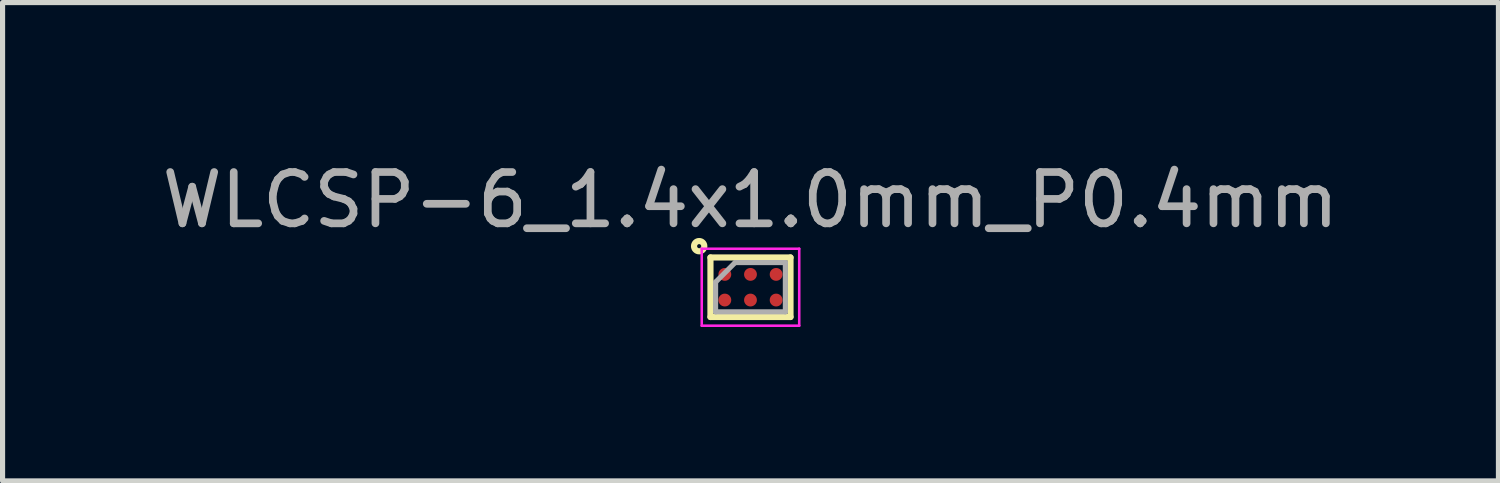
<source format=kicad_pcb>
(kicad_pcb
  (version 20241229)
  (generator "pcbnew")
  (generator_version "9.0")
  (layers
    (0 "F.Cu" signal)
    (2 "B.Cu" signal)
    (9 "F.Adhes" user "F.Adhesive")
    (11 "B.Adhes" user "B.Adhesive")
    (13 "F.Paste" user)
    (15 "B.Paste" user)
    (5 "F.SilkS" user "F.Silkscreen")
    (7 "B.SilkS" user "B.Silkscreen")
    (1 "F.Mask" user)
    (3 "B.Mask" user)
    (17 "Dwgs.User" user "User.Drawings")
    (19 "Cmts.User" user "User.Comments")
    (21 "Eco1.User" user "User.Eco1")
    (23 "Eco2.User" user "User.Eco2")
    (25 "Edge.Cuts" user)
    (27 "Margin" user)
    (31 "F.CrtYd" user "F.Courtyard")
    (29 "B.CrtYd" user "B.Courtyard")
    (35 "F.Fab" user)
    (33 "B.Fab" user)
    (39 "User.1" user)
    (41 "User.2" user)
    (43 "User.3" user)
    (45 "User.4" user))
  (footprint "WLCSP-6_1.4x1.0mm_P0.4mm"
    (layer "F.Cu")
    (at 11.577 2.548)
    (property "Reference" "WLCSP-6_1.4x1.0mm_P0.4mm" (at 0 -1.7 0) (layer "F.SilkS") (effects (font (size 0.001 0.001) (thickness 0.15))))
    (attr smd)
    (fp_line (start -0.78 -0.58) (end 0.78 -0.58) (stroke (width 0.12) (type solid)) (layer "F.SilkS"))
    (fp_line (start -0.78 0.58) (end -0.78 -0.58) (stroke (width 0.12) (type solid)) (layer "F.SilkS"))
    (fp_line (start 0.78 -0.58) (end 0.78 0.58) (stroke (width 0.12) (type solid)) (layer "F.SilkS"))
    (fp_line (start 0.78 0.58) (end -0.78 0.58) (stroke (width 0.12) (type solid)) (layer "F.SilkS"))
    (fp_circle (center -1 -0.8) (end -0.9 -0.8) (stroke (width 0.12) (type solid)) (fill no) (layer "F.SilkS"))
    (fp_line (start -0.95 -0.75) (end 0.95 -0.75) (stroke (width 0.05) (type solid)) (layer "F.CrtYd"))
    (fp_line (start -0.95 0.75) (end -0.95 -0.75) (stroke (width 0.05) (type solid)) (layer "F.CrtYd"))
    (fp_line (start 0.95 -0.75) (end 0.95 0.75) (stroke (width 0.05) (type solid)) (layer "F.CrtYd"))
    (fp_line (start 0.95 0.75) (end -0.95 0.75) (stroke (width 0.05) (type solid)) (layer "F.CrtYd"))
    (fp_line (start -0.68 -0.1) (end -0.3 -0.48) (stroke (width 0.1) (type solid)) (layer "F.Fab"))
    (fp_line (start -0.68 0.48) (end -0.68 -0.1) (stroke (width 0.1) (type solid)) (layer "F.Fab"))
    (fp_line (start -0.3 -0.48) (end 0.68 -0.48) (stroke (width 0.1) (type solid)) (layer "F.Fab"))
    (fp_line (start 0.68 -0.48) (end 0.68 0.48) (stroke (width 0.1) (type solid)) (layer "F.Fab"))
    (fp_line (start 0.68 0.48) (end -0.68 0.48) (stroke (width 0.1) (type solid)) (layer "F.Fab"))
    (fp_text user "${REFERENCE}" (at 0 -1.7 0) (layer "F.Fab") (effects (font (size 1 1) (thickness 0.15))))
    (pad "A1" smd circle (at -0.5 -0.25 90) (size 0.25 0.25) (layers "F.Cu" "F.Mask" "F.Paste"))
    (pad "A2" smd circle (at -0.5 0.25 90) (size 0.25 0.25) (layers "F.Cu" "F.Mask" "F.Paste"))
    (pad "B1" smd circle (at 0 -0.25 90) (size 0.25 0.25) (layers "F.Cu" "F.Mask" "F.Paste"))
    (pad "B2" smd circle (at 0 0.25 90) (size 0.25 0.25) (layers "F.Cu" "F.Mask" "F.Paste"))
    (pad "C1" smd circle (at 0.5 -0.25 90) (size 0.25 0.25) (layers "F.Cu" "F.Mask" "F.Paste"))
    (pad "C2" smd circle (at 0.5 0.25 90) (size 0.25 0.25) (layers "F.Cu" "F.Mask" "F.Paste")))
  (gr_rect
    (start -3 -3)
    (end 26.155 6.323)
    (stroke (width 0.1) (type default))
    (fill no)
    (layer "Edge.Cuts")))
</source>
